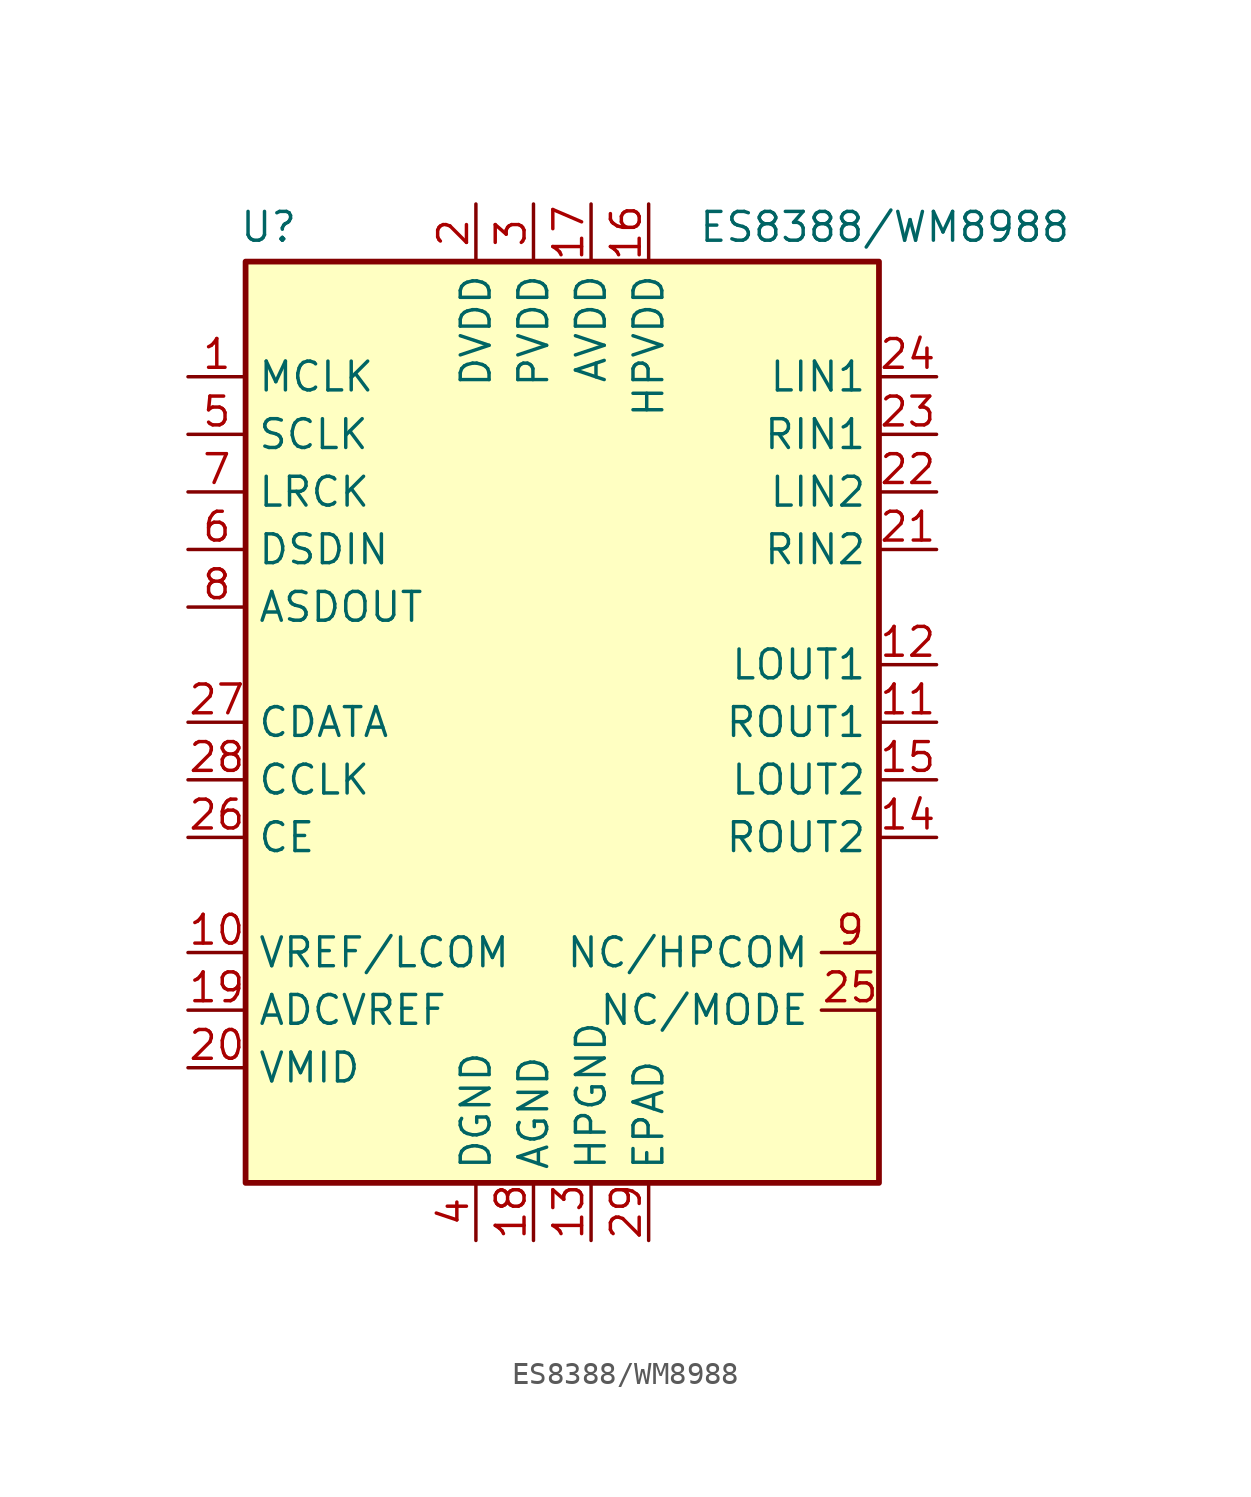
<source format=kicad_sym>
(kicad_symbol_lib
  (version 20241209)
  (generator "kicad_symbol_editor")
  (generator_version "9.0")
  (symbol "ES8388/WM8988"
    (property "Reference" "U"
      (at -14.224 21.844 0)
      (effects (font (size 1.27 1.27))))
    (property "Value" "ES8388/WM8988"
      (at 12.954 21.844 0)
      (effects (font (size 1.27 1.27))))
    (symbol "ES8388/WM8988_1_1"
      (rectangle (start -15.24 20.32) (end 12.7 -20.32) (stroke (width 0.254) (type default)) (fill (type background)))
      (pin input line (at -17.78 15.24 0) (length 2.54) (name "MCLK" (effects (font (size 1.27 1.27)))) (number "1" (effects (font (size 1.27 1.27)))))
      (pin bidirectional line (at -17.78 12.7 0) (length 2.54) (name "SCLK" (effects (font (size 1.27 1.27)))) (number "5" (effects (font (size 1.27 1.27)))))
      (pin bidirectional line (at -17.78 10.16 0) (length 2.54) (name "LRCK" (effects (font (size 1.27 1.27)))) (number "7" (effects (font (size 1.27 1.27)))))
      (pin input line (at -17.78 7.62 0) (length 2.54) (name "DSDIN" (effects (font (size 1.27 1.27)))) (number "6" (effects (font (size 1.27 1.27)))))
      (pin output line (at -17.78 5.08 0) (length 2.54) (name "ASDOUT" (effects (font (size 1.27 1.27)))) (number "8" (effects (font (size 1.27 1.27)))))
      (pin bidirectional line (at -17.78 0 0) (length 2.54) (name "CDATA" (effects (font (size 1.27 1.27)))) (number "27" (effects (font (size 1.27 1.27)))) (alternate "SDA" bidirectional line) (alternate "SPI_DIN" input line))
      (pin input line (at -17.78 -2.54 0) (length 2.54) (name "CCLK" (effects (font (size 1.27 1.27)))) (number "28" (effects (font (size 1.27 1.27)))) (alternate "SCL" input line) (alternate "SPI_CLK" input line))
      (pin input line (at -17.78 -5.08 0) (length 2.54) (name "CE" (effects (font (size 1.27 1.27)))) (number "26" (effects (font (size 1.27 1.27)))) (alternate "AD0" input line) (alternate "~{SPI_CS}" input line))
      (pin input line (at -17.78 -10.16 0) (length 2.54) (name "VREF/LCOM" (effects (font (size 1.27 1.27)))) (number "10" (effects (font (size 1.27 1.27)))))
      (pin input line (at -17.78 -12.7 0) (length 2.54) (name "ADCVREF" (effects (font (size 1.27 1.27)))) (number "19" (effects (font (size 1.27 1.27)))))
      (pin input line (at -17.78 -15.24 0) (length 2.54) (name "VMID" (effects (font (size 1.27 1.27)))) (number "20" (effects (font (size 1.27 1.27)))))
      (pin power_in line (at -5.08 22.86 270) (length 2.54) (name "DVDD" (effects (font (size 1.27 1.27)))) (number "2" (effects (font (size 1.27 1.27)))))
      (pin power_in line (at -5.08 -22.86 90) (length 2.54) (name "DGND" (effects (font (size 1.27 1.27)))) (number "4" (effects (font (size 1.27 1.27)))))
      (pin power_in line (at -2.54 22.86 270) (length 2.54) (name "PVDD" (effects (font (size 1.27 1.27)))) (number "3" (effects (font (size 1.27 1.27)))))
      (pin power_in line (at -2.54 -22.86 90) (length 2.54) (name "AGND" (effects (font (size 1.27 1.27)))) (number "18" (effects (font (size 1.27 1.27)))))
      (pin power_in line (at 0 22.86 270) (length 2.54) (name "AVDD" (effects (font (size 1.27 1.27)))) (number "17" (effects (font (size 1.27 1.27)))))
      (pin power_in line (at 0 -22.86 90) (length 2.54) (name "HPGND" (effects (font (size 1.27 1.27)))) (number "13" (effects (font (size 1.27 1.27)))))
      (pin power_in line (at 2.54 22.86 270) (length 2.54) (name "HPVDD" (effects (font (size 1.27 1.27)))) (number "16" (effects (font (size 1.27 1.27)))))
      (pin passive line (at 2.54 -22.86 90) (length 2.54) (name "EPAD" (effects (font (size 1.27 1.27)))) (number "29" (effects (font (size 1.27 1.27)))))
      (pin input line (at 12.7 -10.16 180) (length 2.54) (name "NC/HPCOM" (effects (font (size 1.27 1.27)))) (number "9" (effects (font (size 1.27 1.27)))))
      (pin input line (at 12.7 -12.7 180) (length 2.54) (name "NC/MODE" (effects (font (size 1.27 1.27)))) (number "25" (effects (font (size 1.27 1.27)))))
      (pin input line (at 15.24 15.24 180) (length 2.54) (name "LIN1" (effects (font (size 1.27 1.27)))) (number "24" (effects (font (size 1.27 1.27)))))
      (pin input line (at 15.24 12.7 180) (length 2.54) (name "RIN1" (effects (font (size 1.27 1.27)))) (number "23" (effects (font (size 1.27 1.27)))))
      (pin input line (at 15.24 10.16 180) (length 2.54) (name "LIN2" (effects (font (size 1.27 1.27)))) (number "22" (effects (font (size 1.27 1.27)))))
      (pin input line (at 15.24 7.62 180) (length 2.54) (name "RIN2" (effects (font (size 1.27 1.27)))) (number "21" (effects (font (size 1.27 1.27)))))
      (pin output line (at 15.24 2.54 180) (length 2.54) (name "LOUT1" (effects (font (size 1.27 1.27)))) (number "12" (effects (font (size 1.27 1.27)))))
      (pin output line (at 15.24 0 180) (length 2.54) (name "ROUT1" (effects (font (size 1.27 1.27)))) (number "11" (effects (font (size 1.27 1.27)))))
      (pin output line (at 15.24 -2.54 180) (length 2.54) (name "LOUT2" (effects (font (size 1.27 1.27)))) (number "15" (effects (font (size 1.27 1.27)))))
      (pin output line (at 15.24 -5.08 180) (length 2.54) (name "ROUT2" (effects (font (size 1.27 1.27)))) (number "14" (effects (font (size 1.27 1.27))))))))
</source>
